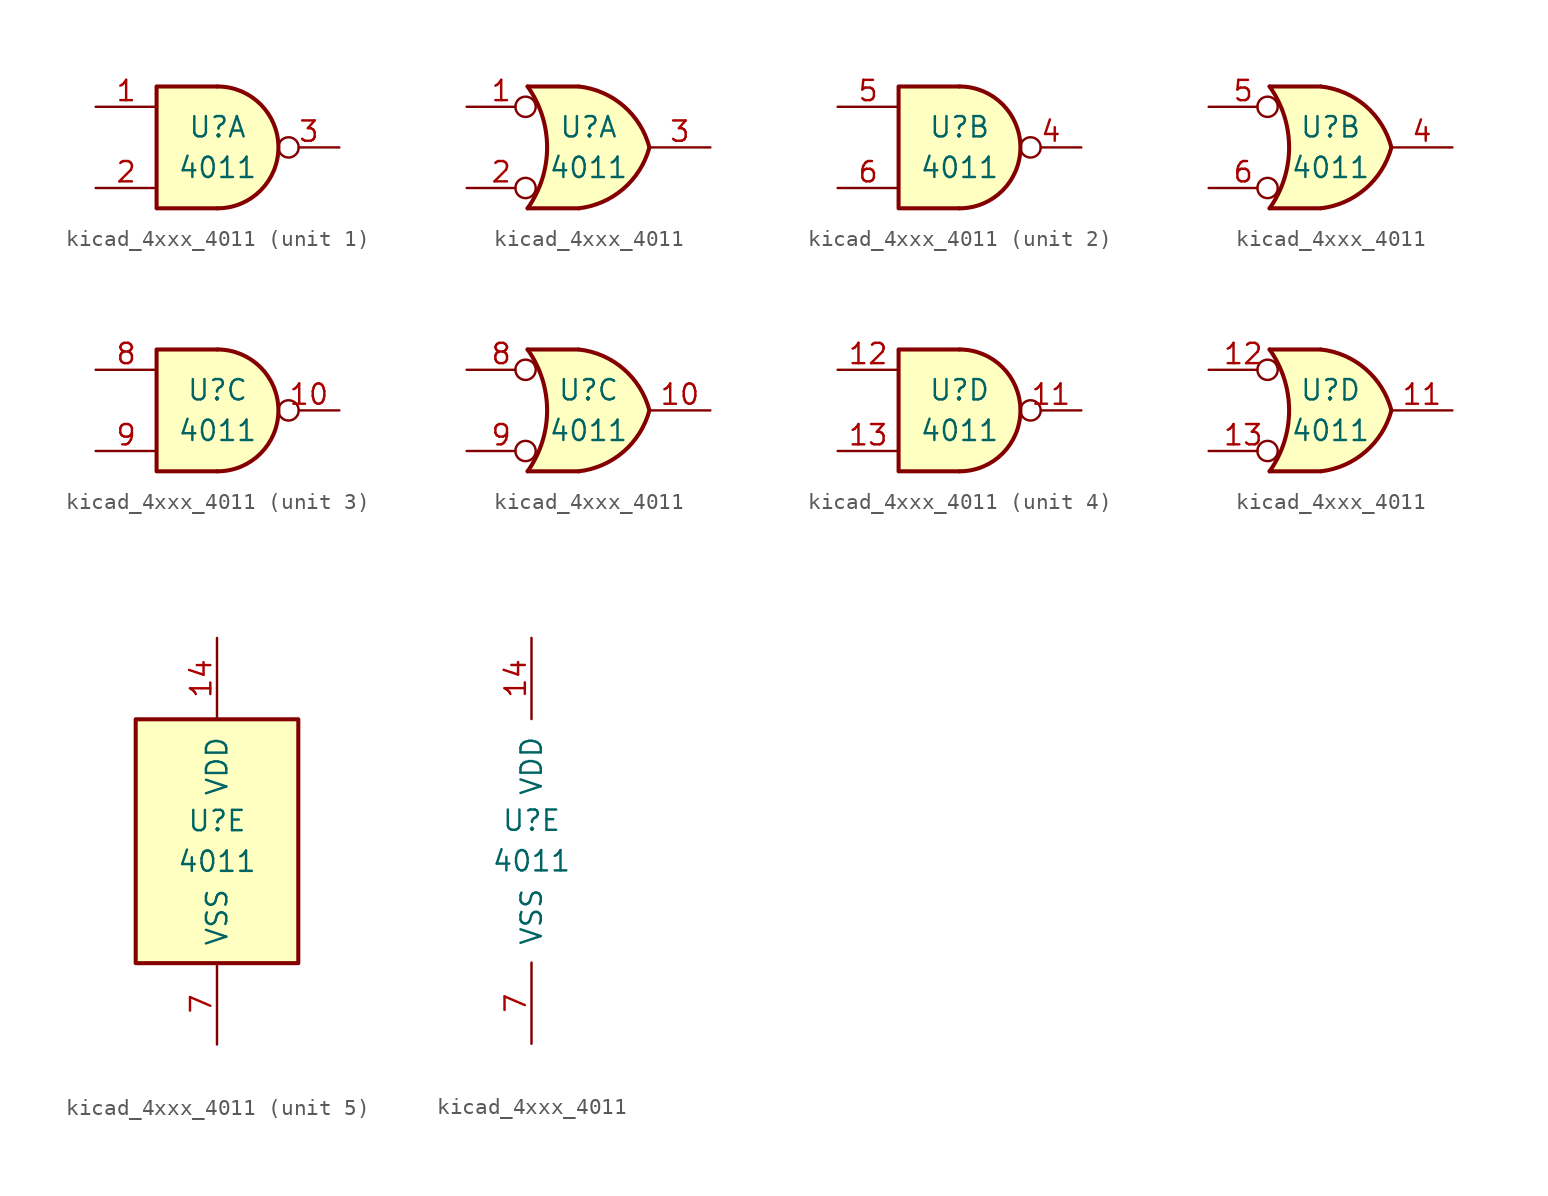
<source format=kicad_sym>
(kicad_symbol_lib
  (version 20220914)
  (generator kicad_symbol_editor)
  (symbol "kicad_4xxx_4011"
    (pin_names
      (offset 1.016))
    (property "Reference" "U"
      (at 0 1.27 0)
      (effects (font (size 1.27 1.27))))
    (property "Value" "4011"
      (at 0 -1.27 0)
      (effects (font (size 1.27 1.27))))
    (property "ki_locked" ""
      (at 0 0 0)
      (effects (font (size 1.27 1.27))))
    (symbol "kicad_4xxx_4011_1_1"
      (arc (start 0 -3.81) (mid 3.7934 0) (end 0 3.81) (stroke (width 0.254) (type default)) (fill (type background)))
      (polyline (pts (xy 0 3.81) (xy -3.81 3.81) (xy -3.81 -3.81) (xy 0 -3.81)) (stroke (width 0.254) (type default)) (fill (type background)))
      (pin input line (at -7.62 2.54 0) (length 3.81) (name "~" (effects (font (size 1.27 1.27)))) (number "1" (effects (font (size 1.27 1.27)))))
      (pin input line (at -7.62 -2.54 0) (length 3.81) (name "~" (effects (font (size 1.27 1.27)))) (number "2" (effects (font (size 1.27 1.27)))))
      (pin output inverted (at 7.62 0 180) (length 3.81) (name "~" (effects (font (size 1.27 1.27)))) (number "3" (effects (font (size 1.27 1.27))))))
    (symbol "kicad_4xxx_4011_1_2"
      (arc (start -3.81 -3.81) (mid -2.589 0) (end -3.81 3.81) (stroke (width 0.254) (type default)) (fill (type none)))
      (arc (start -0.6096 -3.81) (mid 2.1842 -2.5851) (end 3.81 0) (stroke (width 0.254) (type default)) (fill (type background)))
      (polyline (pts (xy -3.81 -3.81) (xy -0.635 -3.81)) (stroke (width 0.254) (type default)) (fill (type background)))
      (polyline (pts (xy -3.81 3.81) (xy -0.635 3.81)) (stroke (width 0.254) (type default)) (fill (type background)))
      (polyline (pts (xy -0.635 3.81) (xy -3.81 3.81) (xy -3.81 3.81) (xy -3.556 3.404) (xy -3.023 2.261) (xy -2.692 1.041) (xy -2.616 -0.254) (xy -2.769 -1.499) (xy -3.175 -2.718) (xy -3.81 -3.81) (xy -3.81 -3.81) (xy -0.635 -3.81)) (stroke (width -25.4) (type default)) (fill (type background)))
      (arc (start 3.81 0) (mid 2.1915 2.5936) (end -0.6096 3.81) (stroke (width 0.254) (type default)) (fill (type background)))
      (pin input inverted (at -7.62 2.54 0) (length 4.318) (name "~" (effects (font (size 1.27 1.27)))) (number "1" (effects (font (size 1.27 1.27)))))
      (pin input inverted (at -7.62 -2.54 0) (length 4.318) (name "~" (effects (font (size 1.27 1.27)))) (number "2" (effects (font (size 1.27 1.27)))))
      (pin output line (at 7.62 0 180) (length 3.81) (name "~" (effects (font (size 1.27 1.27)))) (number "3" (effects (font (size 1.27 1.27))))))
    (symbol "kicad_4xxx_4011_2_1"
      (arc (start 0 -3.81) (mid 3.7934 0) (end 0 3.81) (stroke (width 0.254) (type default)) (fill (type background)))
      (polyline (pts (xy 0 3.81) (xy -3.81 3.81) (xy -3.81 -3.81) (xy 0 -3.81)) (stroke (width 0.254) (type default)) (fill (type background)))
      (pin output inverted (at 7.62 0 180) (length 3.81) (name "~" (effects (font (size 1.27 1.27)))) (number "4" (effects (font (size 1.27 1.27)))))
      (pin input line (at -7.62 2.54 0) (length 3.81) (name "~" (effects (font (size 1.27 1.27)))) (number "5" (effects (font (size 1.27 1.27)))))
      (pin input line (at -7.62 -2.54 0) (length 3.81) (name "~" (effects (font (size 1.27 1.27)))) (number "6" (effects (font (size 1.27 1.27))))))
    (symbol "kicad_4xxx_4011_2_2"
      (arc (start -3.81 -3.81) (mid -2.589 0) (end -3.81 3.81) (stroke (width 0.254) (type default)) (fill (type none)))
      (arc (start -0.6096 -3.81) (mid 2.1842 -2.5851) (end 3.81 0) (stroke (width 0.254) (type default)) (fill (type background)))
      (polyline (pts (xy -3.81 -3.81) (xy -0.635 -3.81)) (stroke (width 0.254) (type default)) (fill (type background)))
      (polyline (pts (xy -3.81 3.81) (xy -0.635 3.81)) (stroke (width 0.254) (type default)) (fill (type background)))
      (polyline (pts (xy -0.635 3.81) (xy -3.81 3.81) (xy -3.81 3.81) (xy -3.556 3.404) (xy -3.023 2.261) (xy -2.692 1.041) (xy -2.616 -0.254) (xy -2.769 -1.499) (xy -3.175 -2.718) (xy -3.81 -3.81) (xy -3.81 -3.81) (xy -0.635 -3.81)) (stroke (width -25.4) (type default)) (fill (type background)))
      (arc (start 3.81 0) (mid 2.1915 2.5936) (end -0.6096 3.81) (stroke (width 0.254) (type default)) (fill (type background)))
      (pin output line (at 7.62 0 180) (length 3.81) (name "~" (effects (font (size 1.27 1.27)))) (number "4" (effects (font (size 1.27 1.27)))))
      (pin input inverted (at -7.62 2.54 0) (length 4.318) (name "~" (effects (font (size 1.27 1.27)))) (number "5" (effects (font (size 1.27 1.27)))))
      (pin input inverted (at -7.62 -2.54 0) (length 4.318) (name "~" (effects (font (size 1.27 1.27)))) (number "6" (effects (font (size 1.27 1.27))))))
    (symbol "kicad_4xxx_4011_3_1"
      (arc (start 0 -3.81) (mid 3.7934 0) (end 0 3.81) (stroke (width 0.254) (type default)) (fill (type background)))
      (polyline (pts (xy 0 3.81) (xy -3.81 3.81) (xy -3.81 -3.81) (xy 0 -3.81)) (stroke (width 0.254) (type default)) (fill (type background)))
      (pin output inverted (at 7.62 0 180) (length 3.81) (name "~" (effects (font (size 1.27 1.27)))) (number "10" (effects (font (size 1.27 1.27)))))
      (pin input line (at -7.62 2.54 0) (length 3.81) (name "~" (effects (font (size 1.27 1.27)))) (number "8" (effects (font (size 1.27 1.27)))))
      (pin input line (at -7.62 -2.54 0) (length 3.81) (name "~" (effects (font (size 1.27 1.27)))) (number "9" (effects (font (size 1.27 1.27))))))
    (symbol "kicad_4xxx_4011_3_2"
      (arc (start -3.81 -3.81) (mid -2.589 0) (end -3.81 3.81) (stroke (width 0.254) (type default)) (fill (type none)))
      (arc (start -0.6096 -3.81) (mid 2.1842 -2.5851) (end 3.81 0) (stroke (width 0.254) (type default)) (fill (type background)))
      (polyline (pts (xy -3.81 -3.81) (xy -0.635 -3.81)) (stroke (width 0.254) (type default)) (fill (type background)))
      (polyline (pts (xy -3.81 3.81) (xy -0.635 3.81)) (stroke (width 0.254) (type default)) (fill (type background)))
      (polyline (pts (xy -0.635 3.81) (xy -3.81 3.81) (xy -3.81 3.81) (xy -3.556 3.404) (xy -3.023 2.261) (xy -2.692 1.041) (xy -2.616 -0.254) (xy -2.769 -1.499) (xy -3.175 -2.718) (xy -3.81 -3.81) (xy -3.81 -3.81) (xy -0.635 -3.81)) (stroke (width -25.4) (type default)) (fill (type background)))
      (arc (start 3.81 0) (mid 2.1915 2.5936) (end -0.6096 3.81) (stroke (width 0.254) (type default)) (fill (type background)))
      (pin output line (at 7.62 0 180) (length 3.81) (name "~" (effects (font (size 1.27 1.27)))) (number "10" (effects (font (size 1.27 1.27)))))
      (pin input inverted (at -7.62 2.54 0) (length 4.318) (name "~" (effects (font (size 1.27 1.27)))) (number "8" (effects (font (size 1.27 1.27)))))
      (pin input inverted (at -7.62 -2.54 0) (length 4.318) (name "~" (effects (font (size 1.27 1.27)))) (number "9" (effects (font (size 1.27 1.27))))))
    (symbol "kicad_4xxx_4011_4_1"
      (arc (start 0 -3.81) (mid 3.7934 0) (end 0 3.81) (stroke (width 0.254) (type default)) (fill (type background)))
      (polyline (pts (xy 0 3.81) (xy -3.81 3.81) (xy -3.81 -3.81) (xy 0 -3.81)) (stroke (width 0.254) (type default)) (fill (type background)))
      (pin output inverted (at 7.62 0 180) (length 3.81) (name "~" (effects (font (size 1.27 1.27)))) (number "11" (effects (font (size 1.27 1.27)))))
      (pin input line (at -7.62 2.54 0) (length 3.81) (name "~" (effects (font (size 1.27 1.27)))) (number "12" (effects (font (size 1.27 1.27)))))
      (pin input line (at -7.62 -2.54 0) (length 3.81) (name "~" (effects (font (size 1.27 1.27)))) (number "13" (effects (font (size 1.27 1.27))))))
    (symbol "kicad_4xxx_4011_4_2"
      (arc (start -3.81 -3.81) (mid -2.589 0) (end -3.81 3.81) (stroke (width 0.254) (type default)) (fill (type none)))
      (arc (start -0.6096 -3.81) (mid 2.1842 -2.5851) (end 3.81 0) (stroke (width 0.254) (type default)) (fill (type background)))
      (polyline (pts (xy -3.81 -3.81) (xy -0.635 -3.81)) (stroke (width 0.254) (type default)) (fill (type background)))
      (polyline (pts (xy -3.81 3.81) (xy -0.635 3.81)) (stroke (width 0.254) (type default)) (fill (type background)))
      (polyline (pts (xy -0.635 3.81) (xy -3.81 3.81) (xy -3.81 3.81) (xy -3.556 3.404) (xy -3.023 2.261) (xy -2.692 1.041) (xy -2.616 -0.254) (xy -2.769 -1.499) (xy -3.175 -2.718) (xy -3.81 -3.81) (xy -3.81 -3.81) (xy -0.635 -3.81)) (stroke (width -25.4) (type default)) (fill (type background)))
      (arc (start 3.81 0) (mid 2.1915 2.5936) (end -0.6096 3.81) (stroke (width 0.254) (type default)) (fill (type background)))
      (pin output line (at 7.62 0 180) (length 3.81) (name "~" (effects (font (size 1.27 1.27)))) (number "11" (effects (font (size 1.27 1.27)))))
      (pin input inverted (at -7.62 2.54 0) (length 4.318) (name "~" (effects (font (size 1.27 1.27)))) (number "12" (effects (font (size 1.27 1.27)))))
      (pin input inverted (at -7.62 -2.54 0) (length 4.318) (name "~" (effects (font (size 1.27 1.27)))) (number "13" (effects (font (size 1.27 1.27))))))
    (symbol "kicad_4xxx_4011_5_0"
      (pin power_in line (at 0 12.7 270) (length 5.08) (name "VDD" (effects (font (size 1.27 1.27)))) (number "14" (effects (font (size 1.27 1.27)))))
      (pin power_in line (at 0 -12.7 90) (length 5.08) (name "VSS" (effects (font (size 1.27 1.27)))) (number "7" (effects (font (size 1.27 1.27))))))
    (symbol "kicad_4xxx_4011_5_1"
      (rectangle (start -5.08 7.62) (end 5.08 -7.62) (stroke (width 0.254) (type default)) (fill (type background))))))
</source>
